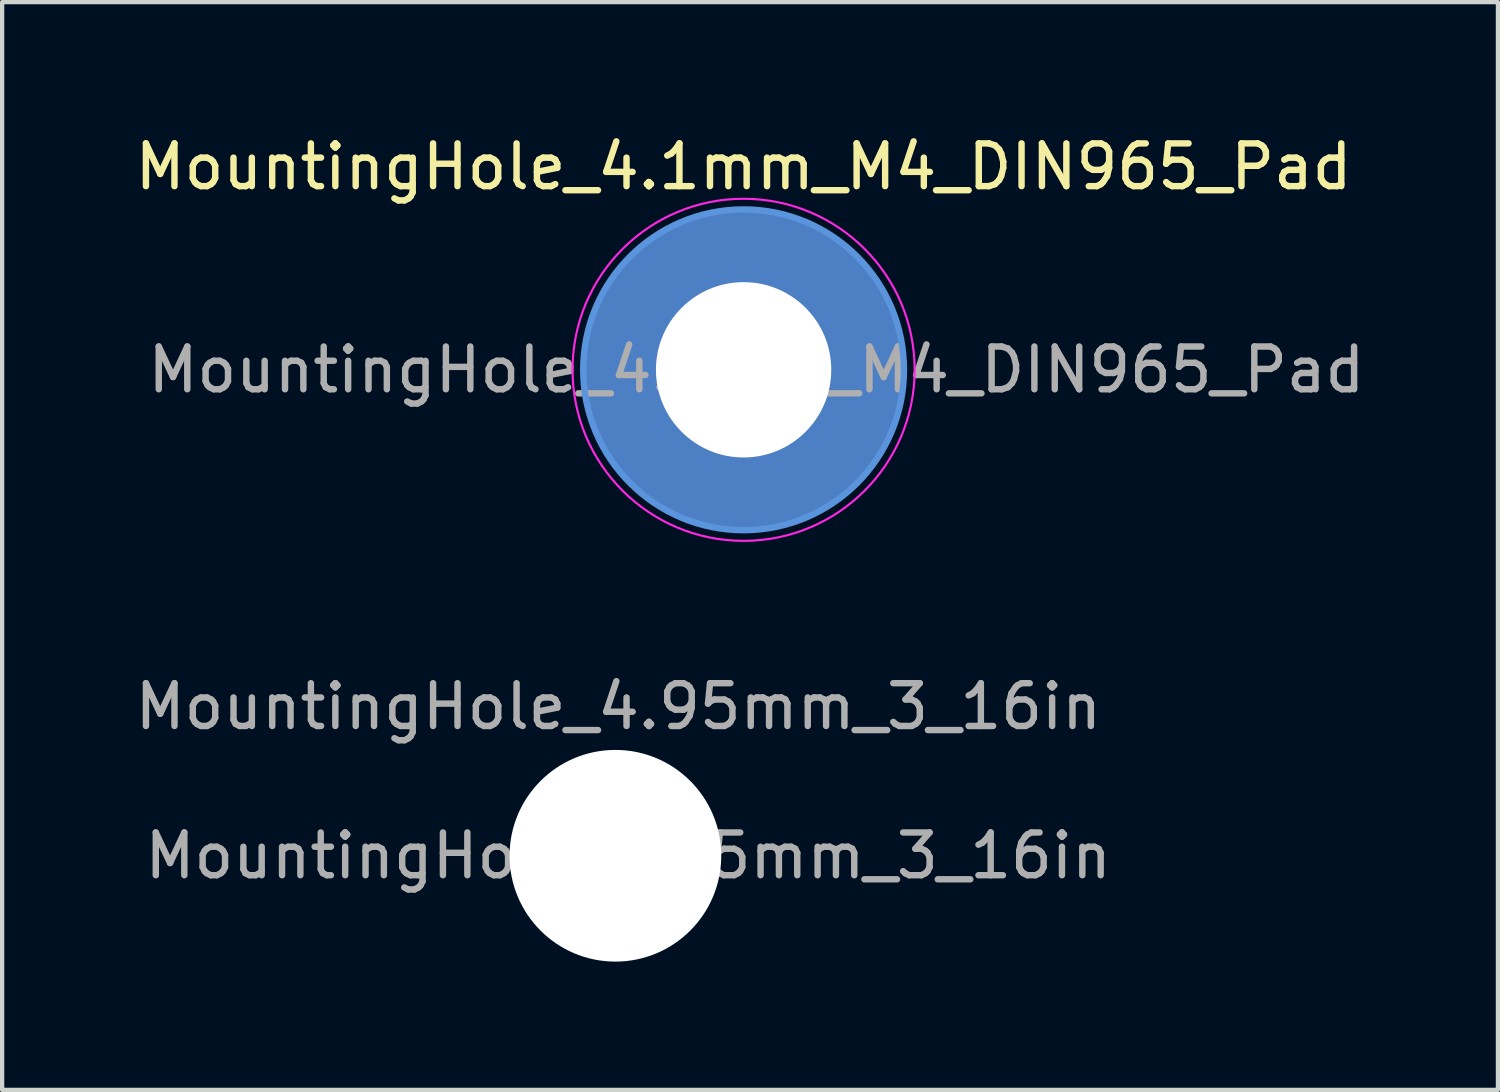
<source format=kicad_pcb>
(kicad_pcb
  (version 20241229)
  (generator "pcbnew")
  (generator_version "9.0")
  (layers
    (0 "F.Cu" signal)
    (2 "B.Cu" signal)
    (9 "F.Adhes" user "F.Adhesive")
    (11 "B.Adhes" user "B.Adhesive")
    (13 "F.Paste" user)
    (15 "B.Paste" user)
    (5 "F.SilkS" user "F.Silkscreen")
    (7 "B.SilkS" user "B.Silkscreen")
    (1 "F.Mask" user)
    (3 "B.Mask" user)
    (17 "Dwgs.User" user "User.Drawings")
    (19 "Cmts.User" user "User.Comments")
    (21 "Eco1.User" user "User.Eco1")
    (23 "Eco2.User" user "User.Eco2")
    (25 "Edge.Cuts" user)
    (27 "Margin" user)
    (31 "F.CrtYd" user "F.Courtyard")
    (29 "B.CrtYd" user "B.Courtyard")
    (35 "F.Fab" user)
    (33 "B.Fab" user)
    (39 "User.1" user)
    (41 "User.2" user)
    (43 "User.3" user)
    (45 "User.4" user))
  (footprint "MountingHole_4.1mm_M4_DIN965_Pad"
    (layer "F.Cu")
    (at 14.339 5.598)
    (property "Reference" "MountingHole_4.1mm_M4_DIN965_Pad" (at 0 -4.75 0) (layer "F.SilkS") (effects (font (size 1 1) (thickness 0.15))))
    (attr exclude_from_pos_files exclude_from_bom)
    (fp_circle (center 0 0) (end 3.75 0) (stroke (width 0.15) (type solid)) (fill no) (layer "Cmts.User"))
    (fp_circle (center 0 0) (end 4 0) (stroke (width 0.05) (type solid)) (fill no) (layer "F.CrtYd"))
    (fp_text user "${REFERENCE}" (at 0.3 0 0) (layer "F.Fab") (effects (font (size 1 1) (thickness 0.15))))
    (pad "1" thru_hole circle (at 0 0) (size 7.5 7.5) (drill 4.1) (layers "*.Cu" "*.Mask")))
  (footprint "MountingHole_4.95mm_3_16in"
    (layer "F.Cu")
    (at 11.341 16.962)
    (property "Reference" "MountingHole_4.95mm_3_16in" (at 0.07 -3.49 0) (layer "F.Fab") (effects (font (size 1 1) (thickness 0.15))))
    (attr exclude_from_pos_files exclude_from_bom)
    (fp_text user "${REFERENCE}" (at 0.3 0 0) (layer "F.Fab") (effects (font (size 1 1) (thickness 0.15))))
    (pad "" np_thru_hole circle (at 0 0) (size 4.95 4.95) (drill 4.95) (layers "*.Cu" "*.Mask")))
  (gr_rect
    (start -3 -3)
    (end 31.979 22.436)
    (stroke (width 0.1) (type default))
    (fill no)
    (layer "Edge.Cuts")))
</source>
